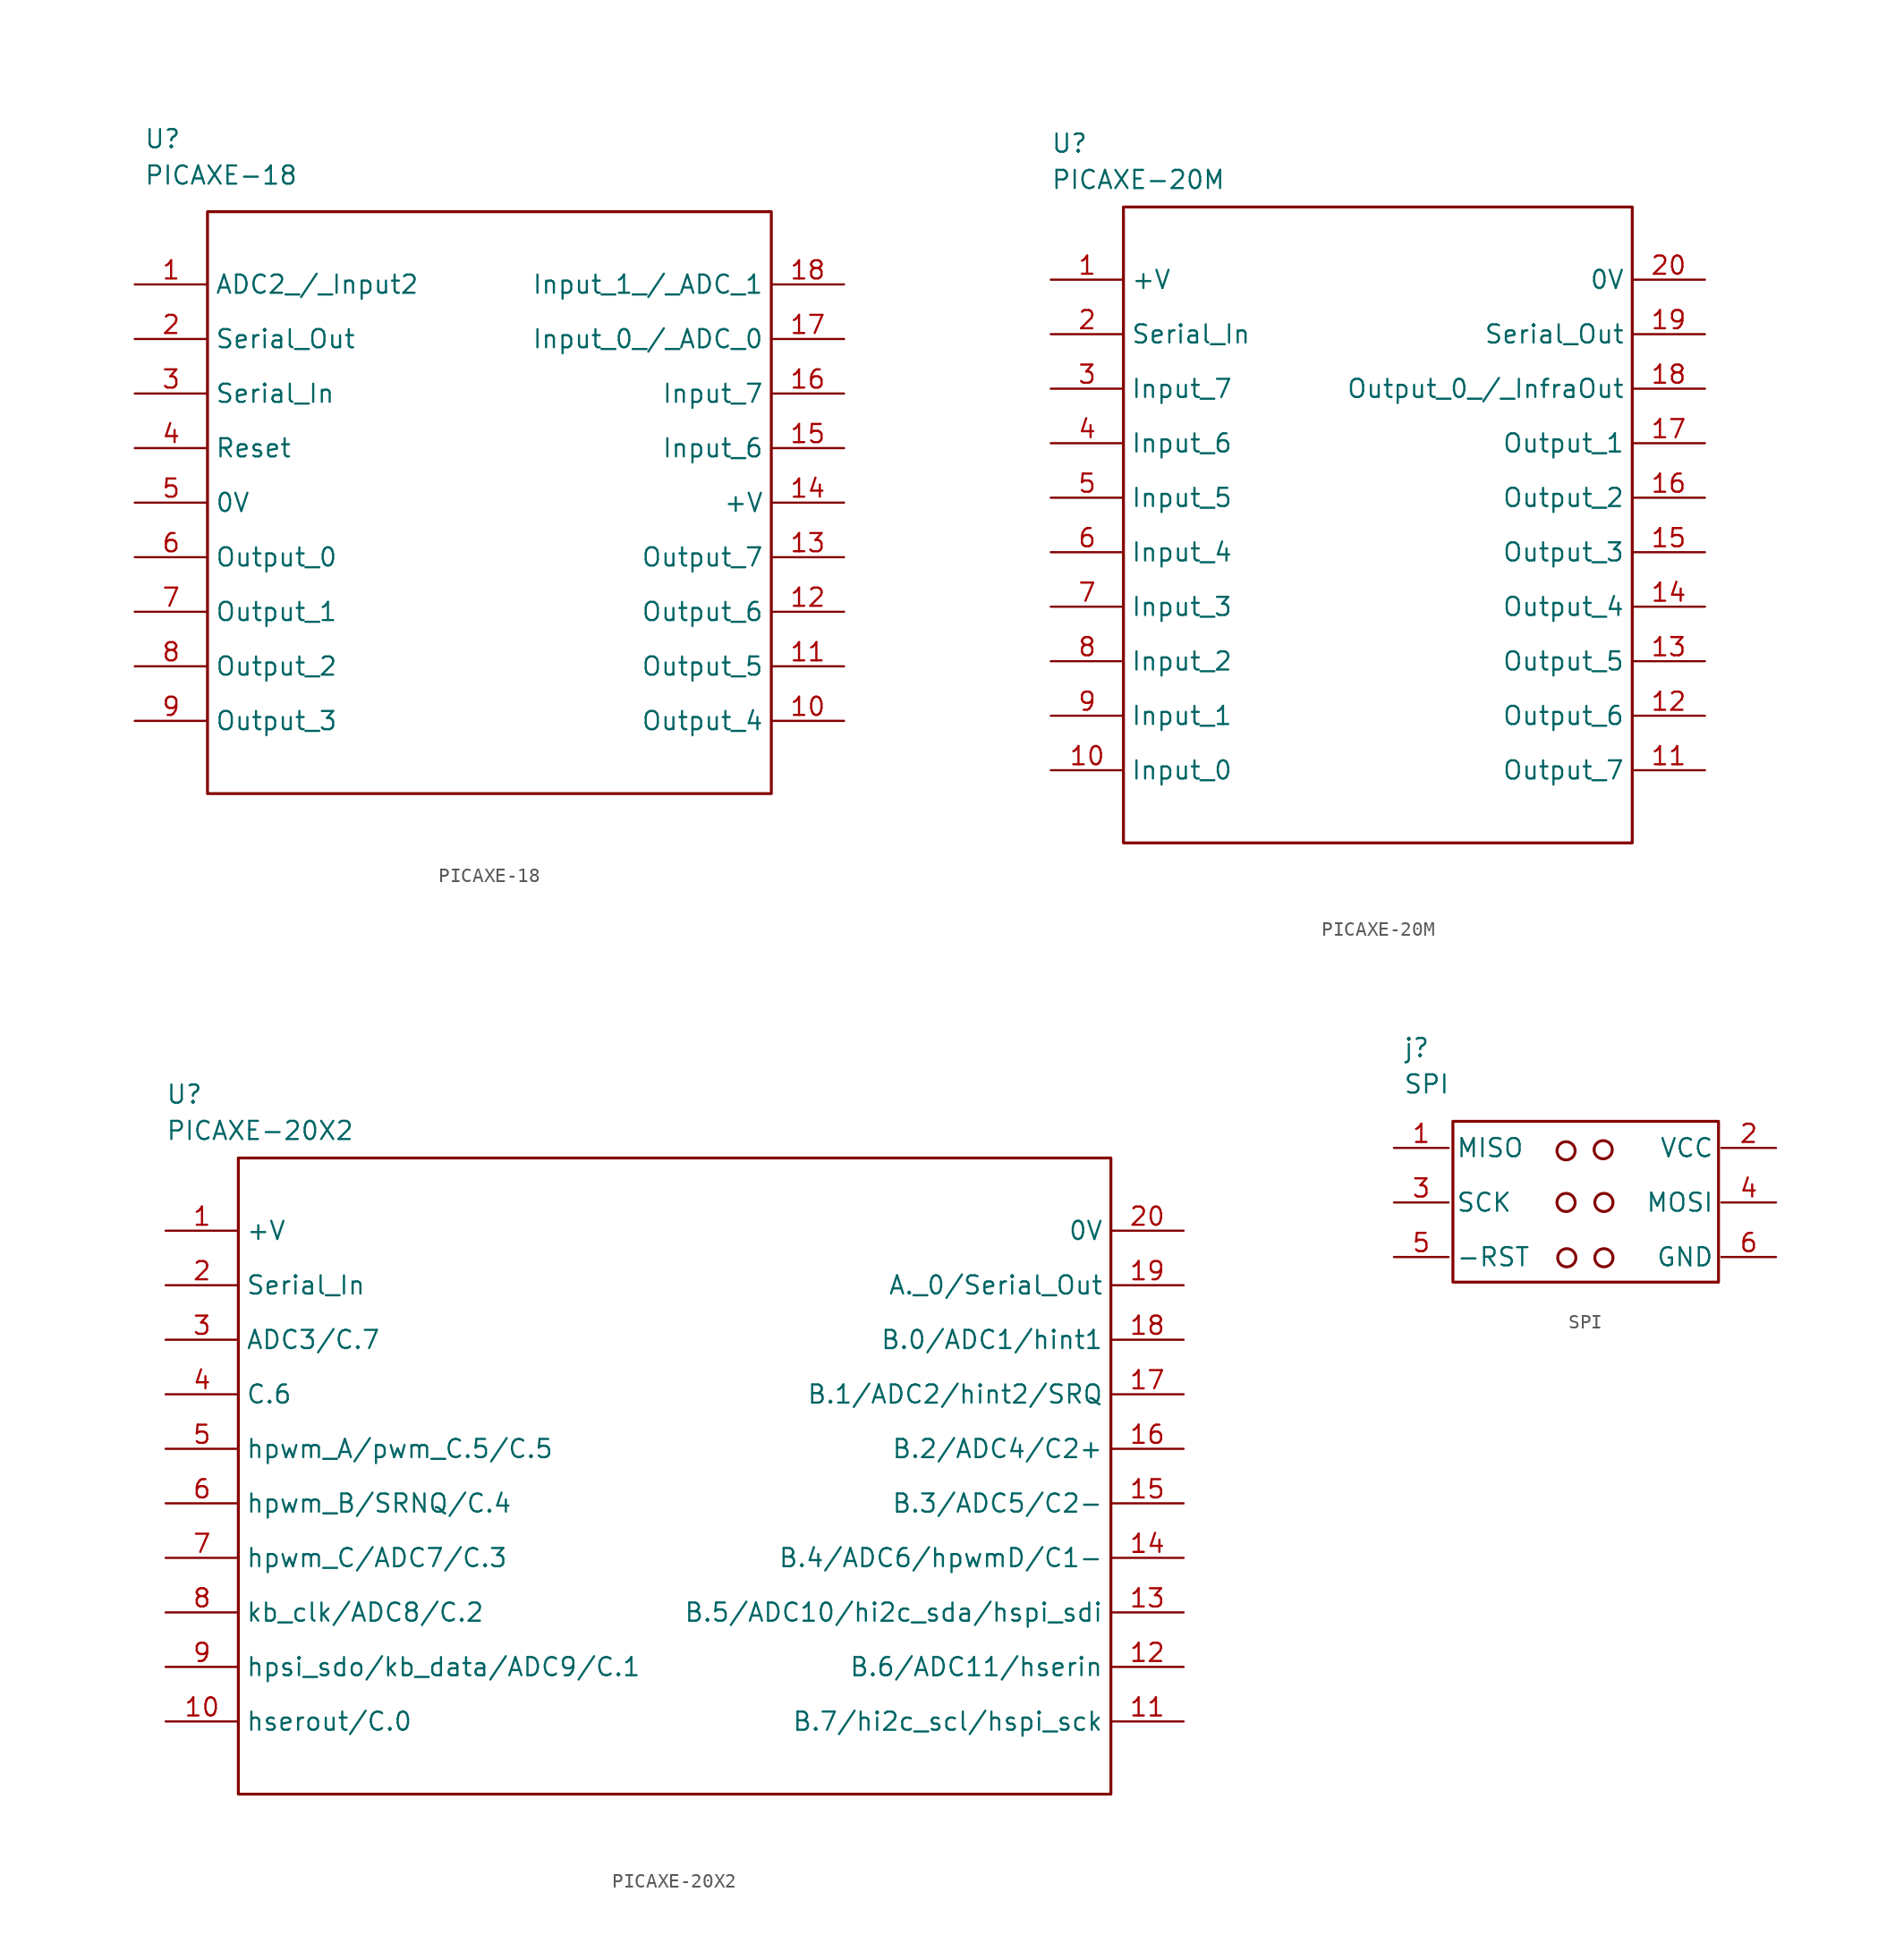
<source format=kicad_sym>
(kicad_symbol_lib
  (version 20211014)
  (generator kicad_symbol_editor)
  (symbol "PICAXE-18"
    (property "Reference" "U"
      (at -24.765 25.4 0)
      (effects (font (size 1.27 1.27)) (justify left)))
    (property "Value" "PICAXE-18"
      (at -24.765 22.86 0)
      (effects (font (size 1.27 1.27)) (justify left)))
    (property "ki_locked" ""
      (at 0 0 0)
      (effects (font (size 1.27 1.27))))
    (symbol "PICAXE-18_0_0"
      (rectangle (start -20.32 20.32) (end 19.05 -20.32) (stroke (width 0.203) (type default) (color 0 0 0 0)) (fill (type none))))
    (symbol "PICAXE-18_1_0"
      (pin unspecified line (at -25.4 15.24 0) (length 5.08) (name "ADC2_/_Input2" (effects (font (size 1.27 1.27)))) (number "1" (effects (font (size 1.27 1.27)))))
      (pin unspecified line (at 24.13 -15.24 180) (length 5.08) (name "Output_4" (effects (font (size 1.27 1.27)))) (number "10" (effects (font (size 1.27 1.27)))))
      (pin unspecified line (at 24.13 -11.43 180) (length 5.08) (name "Output_5" (effects (font (size 1.27 1.27)))) (number "11" (effects (font (size 1.27 1.27)))))
      (pin unspecified line (at 24.13 -7.62 180) (length 5.08) (name "Output_6" (effects (font (size 1.27 1.27)))) (number "12" (effects (font (size 1.27 1.27)))))
      (pin unspecified line (at 24.13 -3.81 180) (length 5.08) (name "Output_7" (effects (font (size 1.27 1.27)))) (number "13" (effects (font (size 1.27 1.27)))))
      (pin unspecified line (at 24.13 0 180) (length 5.08) (name "+V" (effects (font (size 1.27 1.27)))) (number "14" (effects (font (size 1.27 1.27)))))
      (pin unspecified line (at 24.13 3.81 180) (length 5.08) (name "Input_6" (effects (font (size 1.27 1.27)))) (number "15" (effects (font (size 1.27 1.27)))))
      (pin unspecified line (at 24.13 7.62 180) (length 5.08) (name "Input_7" (effects (font (size 1.27 1.27)))) (number "16" (effects (font (size 1.27 1.27)))))
      (pin unspecified line (at 24.13 11.43 180) (length 5.08) (name "Input_0_/_ADC_0" (effects (font (size 1.27 1.27)))) (number "17" (effects (font (size 1.27 1.27)))))
      (pin unspecified line (at 24.13 15.24 180) (length 5.08) (name "Input_1_/_ADC_1" (effects (font (size 1.27 1.27)))) (number "18" (effects (font (size 1.27 1.27)))))
      (pin unspecified line (at -25.4 11.43 0) (length 5.08) (name "Serial_Out" (effects (font (size 1.27 1.27)))) (number "2" (effects (font (size 1.27 1.27)))))
      (pin unspecified line (at -25.4 7.62 0) (length 5.08) (name "Serial_In" (effects (font (size 1.27 1.27)))) (number "3" (effects (font (size 1.27 1.27)))))
      (pin unspecified line (at -25.4 3.81 0) (length 5.08) (name "Reset" (effects (font (size 1.27 1.27)))) (number "4" (effects (font (size 1.27 1.27)))))
      (pin unspecified line (at -25.4 0 0) (length 5.08) (name "0V" (effects (font (size 1.27 1.27)))) (number "5" (effects (font (size 1.27 1.27)))))
      (pin unspecified line (at -25.4 -3.81 0) (length 5.08) (name "Output_0" (effects (font (size 1.27 1.27)))) (number "6" (effects (font (size 1.27 1.27)))))
      (pin unspecified line (at -25.4 -7.62 0) (length 5.08) (name "Output_1" (effects (font (size 1.27 1.27)))) (number "7" (effects (font (size 1.27 1.27)))))
      (pin unspecified line (at -25.4 -11.43 0) (length 5.08) (name "Output_2" (effects (font (size 1.27 1.27)))) (number "8" (effects (font (size 1.27 1.27)))))
      (pin unspecified line (at -25.4 -15.24 0) (length 5.08) (name "Output_3" (effects (font (size 1.27 1.27)))) (number "9" (effects (font (size 1.27 1.27)))))))
  (symbol "PICAXE-20M"
    (property "Reference" "U"
      (at -22.86 27.305 0)
      (effects (font (size 1.27 1.27)) (justify left)))
    (property "Value" "PICAXE-20M"
      (at -22.86 24.765 0)
      (effects (font (size 1.27 1.27)) (justify left)))
    (property "ki_locked" ""
      (at 0 0 0)
      (effects (font (size 1.27 1.27))))
    (symbol "PICAXE-20M_0_0"
      (rectangle (start -17.78 22.86) (end 17.78 -21.59) (stroke (width 0.203) (type default) (color 0 0 0 0)) (fill (type none))))
    (symbol "PICAXE-20M_1_0"
      (pin unspecified line (at -22.86 17.78 0) (length 5.08) (name "+V" (effects (font (size 1.27 1.27)))) (number "1" (effects (font (size 1.27 1.27)))))
      (pin unspecified line (at -22.86 -16.51 0) (length 5.08) (name "Input_0" (effects (font (size 1.27 1.27)))) (number "10" (effects (font (size 1.27 1.27)))))
      (pin unspecified line (at 22.86 -16.51 180) (length 5.08) (name "Output_7" (effects (font (size 1.27 1.27)))) (number "11" (effects (font (size 1.27 1.27)))))
      (pin unspecified line (at 22.86 -12.7 180) (length 5.08) (name "Output_6" (effects (font (size 1.27 1.27)))) (number "12" (effects (font (size 1.27 1.27)))))
      (pin unspecified line (at 22.86 -8.89 180) (length 5.08) (name "Output_5" (effects (font (size 1.27 1.27)))) (number "13" (effects (font (size 1.27 1.27)))))
      (pin unspecified line (at 22.86 -5.08 180) (length 5.08) (name "Output_4" (effects (font (size 1.27 1.27)))) (number "14" (effects (font (size 1.27 1.27)))))
      (pin unspecified line (at 22.86 -1.27 180) (length 5.08) (name "Output_3" (effects (font (size 1.27 1.27)))) (number "15" (effects (font (size 1.27 1.27)))))
      (pin unspecified line (at 22.86 2.54 180) (length 5.08) (name "Output_2" (effects (font (size 1.27 1.27)))) (number "16" (effects (font (size 1.27 1.27)))))
      (pin unspecified line (at 22.86 6.35 180) (length 5.08) (name "Output_1" (effects (font (size 1.27 1.27)))) (number "17" (effects (font (size 1.27 1.27)))))
      (pin unspecified line (at 22.86 10.16 180) (length 5.08) (name "Output_0_/_InfraOut" (effects (font (size 1.27 1.27)))) (number "18" (effects (font (size 1.27 1.27)))))
      (pin unspecified line (at 22.86 13.97 180) (length 5.08) (name "Serial_Out" (effects (font (size 1.27 1.27)))) (number "19" (effects (font (size 1.27 1.27)))))
      (pin unspecified line (at -22.86 13.97 0) (length 5.08) (name "Serial_In" (effects (font (size 1.27 1.27)))) (number "2" (effects (font (size 1.27 1.27)))))
      (pin unspecified line (at 22.86 17.78 180) (length 5.08) (name "0V" (effects (font (size 1.27 1.27)))) (number "20" (effects (font (size 1.27 1.27)))))
      (pin unspecified line (at -22.86 10.16 0) (length 5.08) (name "Input_7" (effects (font (size 1.27 1.27)))) (number "3" (effects (font (size 1.27 1.27)))))
      (pin unspecified line (at -22.86 6.35 0) (length 5.08) (name "Input_6" (effects (font (size 1.27 1.27)))) (number "4" (effects (font (size 1.27 1.27)))))
      (pin unspecified line (at -22.86 2.54 0) (length 5.08) (name "Input_5" (effects (font (size 1.27 1.27)))) (number "5" (effects (font (size 1.27 1.27)))))
      (pin unspecified line (at -22.86 -1.27 0) (length 5.08) (name "Input_4" (effects (font (size 1.27 1.27)))) (number "6" (effects (font (size 1.27 1.27)))))
      (pin unspecified line (at -22.86 -5.08 0) (length 5.08) (name "Input_3" (effects (font (size 1.27 1.27)))) (number "7" (effects (font (size 1.27 1.27)))))
      (pin unspecified line (at -22.86 -8.89 0) (length 5.08) (name "Input_2" (effects (font (size 1.27 1.27)))) (number "8" (effects (font (size 1.27 1.27)))))
      (pin unspecified line (at -22.86 -12.7 0) (length 5.08) (name "Input_1" (effects (font (size 1.27 1.27)))) (number "9" (effects (font (size 1.27 1.27)))))))
  (symbol "PICAXE-20X2"
    (property "Reference" "U"
      (at -35.56 27.305 0)
      (effects (font (size 1.27 1.27)) (justify left)))
    (property "Value" "PICAXE-20X2"
      (at -35.56 24.765 0)
      (effects (font (size 1.27 1.27)) (justify left)))
    (property "ki_locked" ""
      (at 0 0 0)
      (effects (font (size 1.27 1.27))))
    (symbol "PICAXE-20X2_0_0"
      (rectangle (start -30.48 22.86) (end 30.48 -21.59) (stroke (width 0.203) (type default) (color 0 0 0 0)) (fill (type none))))
    (symbol "PICAXE-20X2_1_0"
      (pin unspecified line (at -35.56 17.78 0) (length 5.08) (name "+V" (effects (font (size 1.27 1.27)))) (number "1" (effects (font (size 1.27 1.27)))))
      (pin unspecified line (at -35.56 -16.51 0) (length 5.08) (name "hserout/C.0" (effects (font (size 1.27 1.27)))) (number "10" (effects (font (size 1.27 1.27)))))
      (pin unspecified line (at 35.56 -16.51 180) (length 5.08) (name "B.7/hi2c_scl/hspi_sck" (effects (font (size 1.27 1.27)))) (number "11" (effects (font (size 1.27 1.27)))))
      (pin unspecified line (at 35.56 -12.7 180) (length 5.08) (name "B.6/ADC11/hserin" (effects (font (size 1.27 1.27)))) (number "12" (effects (font (size 1.27 1.27)))))
      (pin unspecified line (at 35.56 -8.89 180) (length 5.08) (name "B.5/ADC10/hi2c_sda/hspi_sdi" (effects (font (size 1.27 1.27)))) (number "13" (effects (font (size 1.27 1.27)))))
      (pin unspecified line (at 35.56 -5.08 180) (length 5.08) (name "B.4/ADC6/hpwmD/C1-" (effects (font (size 1.27 1.27)))) (number "14" (effects (font (size 1.27 1.27)))))
      (pin unspecified line (at 35.56 -1.27 180) (length 5.08) (name "B.3/ADC5/C2-" (effects (font (size 1.27 1.27)))) (number "15" (effects (font (size 1.27 1.27)))))
      (pin unspecified line (at 35.56 2.54 180) (length 5.08) (name "B.2/ADC4/C2+" (effects (font (size 1.27 1.27)))) (number "16" (effects (font (size 1.27 1.27)))))
      (pin unspecified line (at 35.56 6.35 180) (length 5.08) (name "B.1/ADC2/hint2/SRQ" (effects (font (size 1.27 1.27)))) (number "17" (effects (font (size 1.27 1.27)))))
      (pin unspecified line (at 35.56 10.16 180) (length 5.08) (name "B.0/ADC1/hint1" (effects (font (size 1.27 1.27)))) (number "18" (effects (font (size 1.27 1.27)))))
      (pin unspecified line (at 35.56 13.97 180) (length 5.08) (name "A._0/Serial_Out" (effects (font (size 1.27 1.27)))) (number "19" (effects (font (size 1.27 1.27)))))
      (pin unspecified line (at -35.56 13.97 0) (length 5.08) (name "Serial_In" (effects (font (size 1.27 1.27)))) (number "2" (effects (font (size 1.27 1.27)))))
      (pin unspecified line (at 35.56 17.78 180) (length 5.08) (name "0V" (effects (font (size 1.27 1.27)))) (number "20" (effects (font (size 1.27 1.27)))))
      (pin unspecified line (at -35.56 10.16 0) (length 5.08) (name "ADC3/C.7" (effects (font (size 1.27 1.27)))) (number "3" (effects (font (size 1.27 1.27)))))
      (pin unspecified line (at -35.56 6.35 0) (length 5.08) (name "C.6" (effects (font (size 1.27 1.27)))) (number "4" (effects (font (size 1.27 1.27)))))
      (pin unspecified line (at -35.56 2.54 0) (length 5.08) (name "hpwm_A/pwm_C.5/C.5" (effects (font (size 1.27 1.27)))) (number "5" (effects (font (size 1.27 1.27)))))
      (pin unspecified line (at -35.56 -1.27 0) (length 5.08) (name "hpwm_B/SRNQ/C.4" (effects (font (size 1.27 1.27)))) (number "6" (effects (font (size 1.27 1.27)))))
      (pin unspecified line (at -35.56 -5.08 0) (length 5.08) (name "hpwm_C/ADC7/C.3" (effects (font (size 1.27 1.27)))) (number "7" (effects (font (size 1.27 1.27)))))
      (pin unspecified line (at -35.56 -8.89 0) (length 5.08) (name "kb_clk/ADC8/C.2" (effects (font (size 1.27 1.27)))) (number "8" (effects (font (size 1.27 1.27)))))
      (pin unspecified line (at -35.56 -12.7 0) (length 5.08) (name "hpsi_sdo/kb_data/ADC9/C.1" (effects (font (size 1.27 1.27)))) (number "9" (effects (font (size 1.27 1.27)))))))
  (symbol "SPI"
    (property "Reference" "j"
      (at -13.335 10.795 0)
      (effects (font (size 1.27 1.27)) (justify left)))
    (property "Value" "SPI"
      (at -13.335 8.255 0)
      (effects (font (size 1.27 1.27)) (justify left)))
    (property "ki_locked" ""
      (at 0 0 0)
      (effects (font (size 1.27 1.27))))
    (symbol "SPI_0_0"
      (rectangle (start -9.855 5.664) (end 8.687 -5.563) (stroke (width 0.203) (type default) (color 0 0 0 0)) (fill (type none)))
      (circle (center -1.956 0) (radius 0.635) (stroke (width 0.203) (type default) (color 0 0 0 0)) (fill (type none)))
      (circle (center -1.956 3.607) (radius 0.635) (stroke (width 0.203) (type default) (color 0 0 0 0)) (fill (type none)))
      (circle (center -1.905 -3.861) (radius 0.635) (stroke (width 0.203) (type default) (color 0 0 0 0)) (fill (type none)))
      (circle (center 0.635 3.683) (radius 0.635) (stroke (width 0.203) (type default) (color 0 0 0 0)) (fill (type none)))
      (circle (center 0.686 -3.861) (radius 0.635) (stroke (width 0.203) (type default) (color 0 0 0 0)) (fill (type none)))
      (circle (center 0.686 0) (radius 0.635) (stroke (width 0.203) (type default) (color 0 0 0 0)) (fill (type none))))
    (symbol "SPI_1_0"
      (pin unspecified line (at -13.97 3.81 0) (length 3.81) (name "MISO" (effects (font (size 1.27 1.27)))) (number "1" (effects (font (size 1.27 1.27)))))
      (pin unspecified line (at 12.7 3.81 180) (length 3.81) (name "VCC" (effects (font (size 1.27 1.27)))) (number "2" (effects (font (size 1.27 1.27)))))
      (pin unspecified line (at -13.97 0 0) (length 3.81) (name "SCK" (effects (font (size 1.27 1.27)))) (number "3" (effects (font (size 1.27 1.27)))))
      (pin unspecified line (at 12.7 0 180) (length 3.81) (name "MOSI" (effects (font (size 1.27 1.27)))) (number "4" (effects (font (size 1.27 1.27)))))
      (pin unspecified line (at -13.97 -3.81 0) (length 3.81) (name "-RST" (effects (font (size 1.27 1.27)))) (number "5" (effects (font (size 1.27 1.27)))))
      (pin unspecified line (at 12.7 -3.81 180) (length 3.81) (name "GND" (effects (font (size 1.27 1.27)))) (number "6" (effects (font (size 1.27 1.27))))))))
</source>
